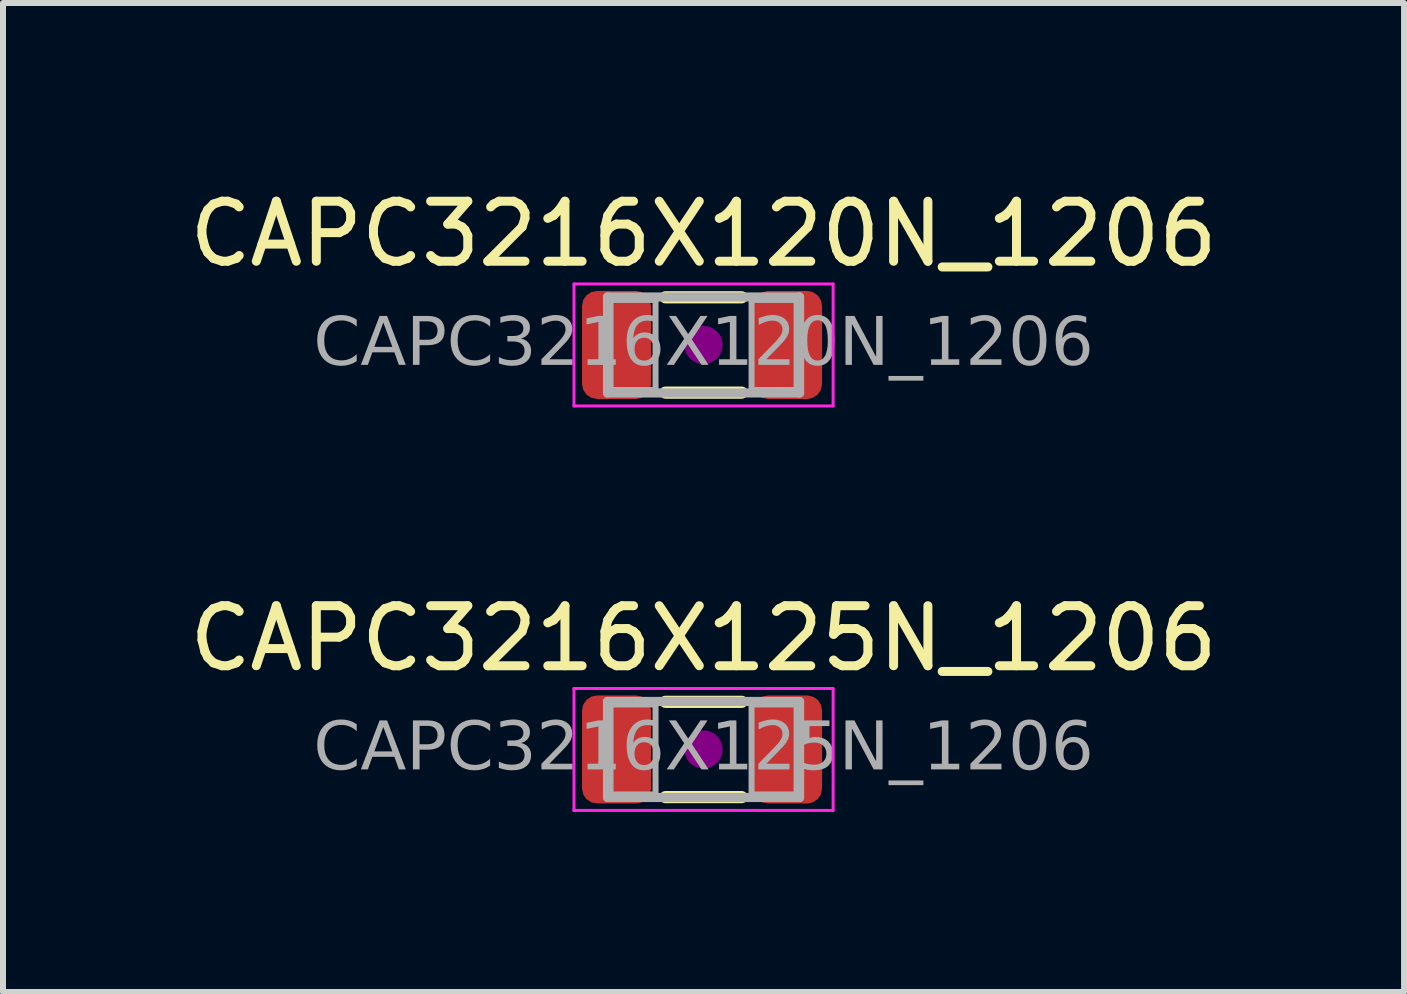
<source format=kicad_pcb>
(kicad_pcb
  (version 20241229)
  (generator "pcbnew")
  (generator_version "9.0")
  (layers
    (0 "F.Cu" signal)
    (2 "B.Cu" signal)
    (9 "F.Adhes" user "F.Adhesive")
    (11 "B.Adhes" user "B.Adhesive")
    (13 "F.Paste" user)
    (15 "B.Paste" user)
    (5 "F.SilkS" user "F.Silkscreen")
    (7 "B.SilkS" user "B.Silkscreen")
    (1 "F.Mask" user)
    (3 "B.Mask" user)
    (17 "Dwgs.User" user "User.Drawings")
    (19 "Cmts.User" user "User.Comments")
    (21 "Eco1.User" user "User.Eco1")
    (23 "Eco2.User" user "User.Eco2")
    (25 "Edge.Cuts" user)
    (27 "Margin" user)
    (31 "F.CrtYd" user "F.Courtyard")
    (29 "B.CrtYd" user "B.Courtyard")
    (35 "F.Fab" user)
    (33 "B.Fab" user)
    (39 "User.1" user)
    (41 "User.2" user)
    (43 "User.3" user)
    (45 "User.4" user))
  (footprint "CAPC3216X125N_1206"
    (layer "F.Cu")
    (at 8.673 9.438)
    (property "Reference" "CAPC3216X125N_1206" (at 0 -1.85 0) (layer "F.SilkS") (effects (font (size 1 1) (thickness 0.15))))
    (attr smd)
    (fp_line (start -0.635 -0.794) (end 0.635 -0.794) (stroke (width 0.203) (type solid)) (layer "F.SilkS"))
    (fp_line (start -0.635 0.794) (end 0.635 0.794) (stroke (width 0.203) (type solid)) (layer "F.SilkS"))
    (fp_circle (center 0 0) (end 0.318 0) (stroke (width 0) (type solid)) (fill yes) (layer "F.Adhes"))
    (fp_line (start -2.159 -1.016) (end 2.159 -1.016) (stroke (width 0.05) (type solid)) (layer "F.CrtYd"))
    (fp_line (start -2.159 1.016) (end -2.159 -1.016) (stroke (width 0.05) (type solid)) (layer "F.CrtYd"))
    (fp_line (start 2.159 -1.016) (end 2.159 1.016) (stroke (width 0.05) (type solid)) (layer "F.CrtYd"))
    (fp_line (start 2.159 1.016) (end -2.159 1.016) (stroke (width 0.05) (type solid)) (layer "F.CrtYd"))
    (fp_line (start -1.6 -0.8) (end 1.6 -0.8) (stroke (width 0.152) (type solid)) (layer "F.Fab"))
    (fp_line (start -1.6 0.8) (end -1.6 -0.8) (stroke (width 0.152) (type solid)) (layer "F.Fab"))
    (fp_line (start 1.6 -0.8) (end 1.6 0.8) (stroke (width 0.152) (type solid)) (layer "F.Fab"))
    (fp_line (start 1.6 0.8) (end -1.6 0.8) (stroke (width 0.152) (type solid)) (layer "F.Fab"))
    (fp_rect (start -0.8 0.75) (end -1.55 -0.75) (stroke (width 0.1) (type solid)) (fill no) (layer "F.Fab"))
    (fp_rect (start 0.8 -0.75) (end 1.55 0.75) (stroke (width 0.1) (type solid)) (fill no) (layer "F.Fab"))
    (fp_text user "${REFERENCE}" (at 0 0 0) (layer "F.Fab") (effects (font (face "Tahoma") (size 0.8 0.8) (thickness 0.12))))
    (pad "1" smd roundrect (at -1.45 0) (size 1.15 1.8) (layers "F.Cu" "F.Mask" "F.Paste") (roundrect_rratio 0.217))
    (pad "2" smd roundrect (at 1.4 0) (size 1.15 1.8) (layers "F.Cu" "F.Mask" "F.Paste") (roundrect_rratio 0.217)))
  (footprint "CAPC3216X120N_1206"
    (layer "F.Cu")
    (at 8.673 2.698)
    (property "Reference" "CAPC3216X120N_1206" (at 0 -1.85 0) (layer "F.SilkS") (effects (font (size 1 1) (thickness 0.15))))
    (attr smd)
    (fp_line (start -0.635 -0.794) (end 0.635 -0.794) (stroke (width 0.203) (type solid)) (layer "F.SilkS"))
    (fp_line (start -0.635 0.794) (end 0.635 0.794) (stroke (width 0.203) (type solid)) (layer "F.SilkS"))
    (fp_circle (center 0 0) (end 0.318 0) (stroke (width 0) (type solid)) (fill yes) (layer "F.Adhes"))
    (fp_line (start -2.159 -1.016) (end 2.159 -1.016) (stroke (width 0.05) (type solid)) (layer "F.CrtYd"))
    (fp_line (start -2.159 1.016) (end -2.159 -1.016) (stroke (width 0.05) (type solid)) (layer "F.CrtYd"))
    (fp_line (start 2.159 -1.016) (end 2.159 1.016) (stroke (width 0.05) (type solid)) (layer "F.CrtYd"))
    (fp_line (start 2.159 1.016) (end -2.159 1.016) (stroke (width 0.05) (type solid)) (layer "F.CrtYd"))
    (fp_line (start -1.6 -0.8) (end 1.6 -0.8) (stroke (width 0.152) (type solid)) (layer "F.Fab"))
    (fp_line (start -1.6 0.8) (end -1.6 -0.8) (stroke (width 0.152) (type solid)) (layer "F.Fab"))
    (fp_line (start 1.6 -0.8) (end 1.6 0.8) (stroke (width 0.152) (type solid)) (layer "F.Fab"))
    (fp_line (start 1.6 0.8) (end -1.6 0.8) (stroke (width 0.152) (type solid)) (layer "F.Fab"))
    (fp_rect (start -0.8 0.75) (end -1.55 -0.75) (stroke (width 0.1) (type solid)) (fill no) (layer "F.Fab"))
    (fp_rect (start 0.8 -0.75) (end 1.55 0.75) (stroke (width 0.1) (type solid)) (fill no) (layer "F.Fab"))
    (fp_text user "${REFERENCE}" (at 0 0 0) (layer "F.Fab") (effects (font (face "Tahoma") (size 0.8 0.8) (thickness 0.12))))
    (pad "1" smd roundrect (at -1.45 0) (size 1.15 1.8) (layers "F.Cu" "F.Mask" "F.Paste") (roundrect_rratio 0.217))
    (pad "2" smd roundrect (at 1.4 0) (size 1.15 1.8) (layers "F.Cu" "F.Mask" "F.Paste") (roundrect_rratio 0.217)))
  (gr_rect
    (start -3 -3)
    (end 20.345 13.479)
    (stroke (width 0.1) (type default))
    (fill no)
    (layer "Edge.Cuts")))
</source>
